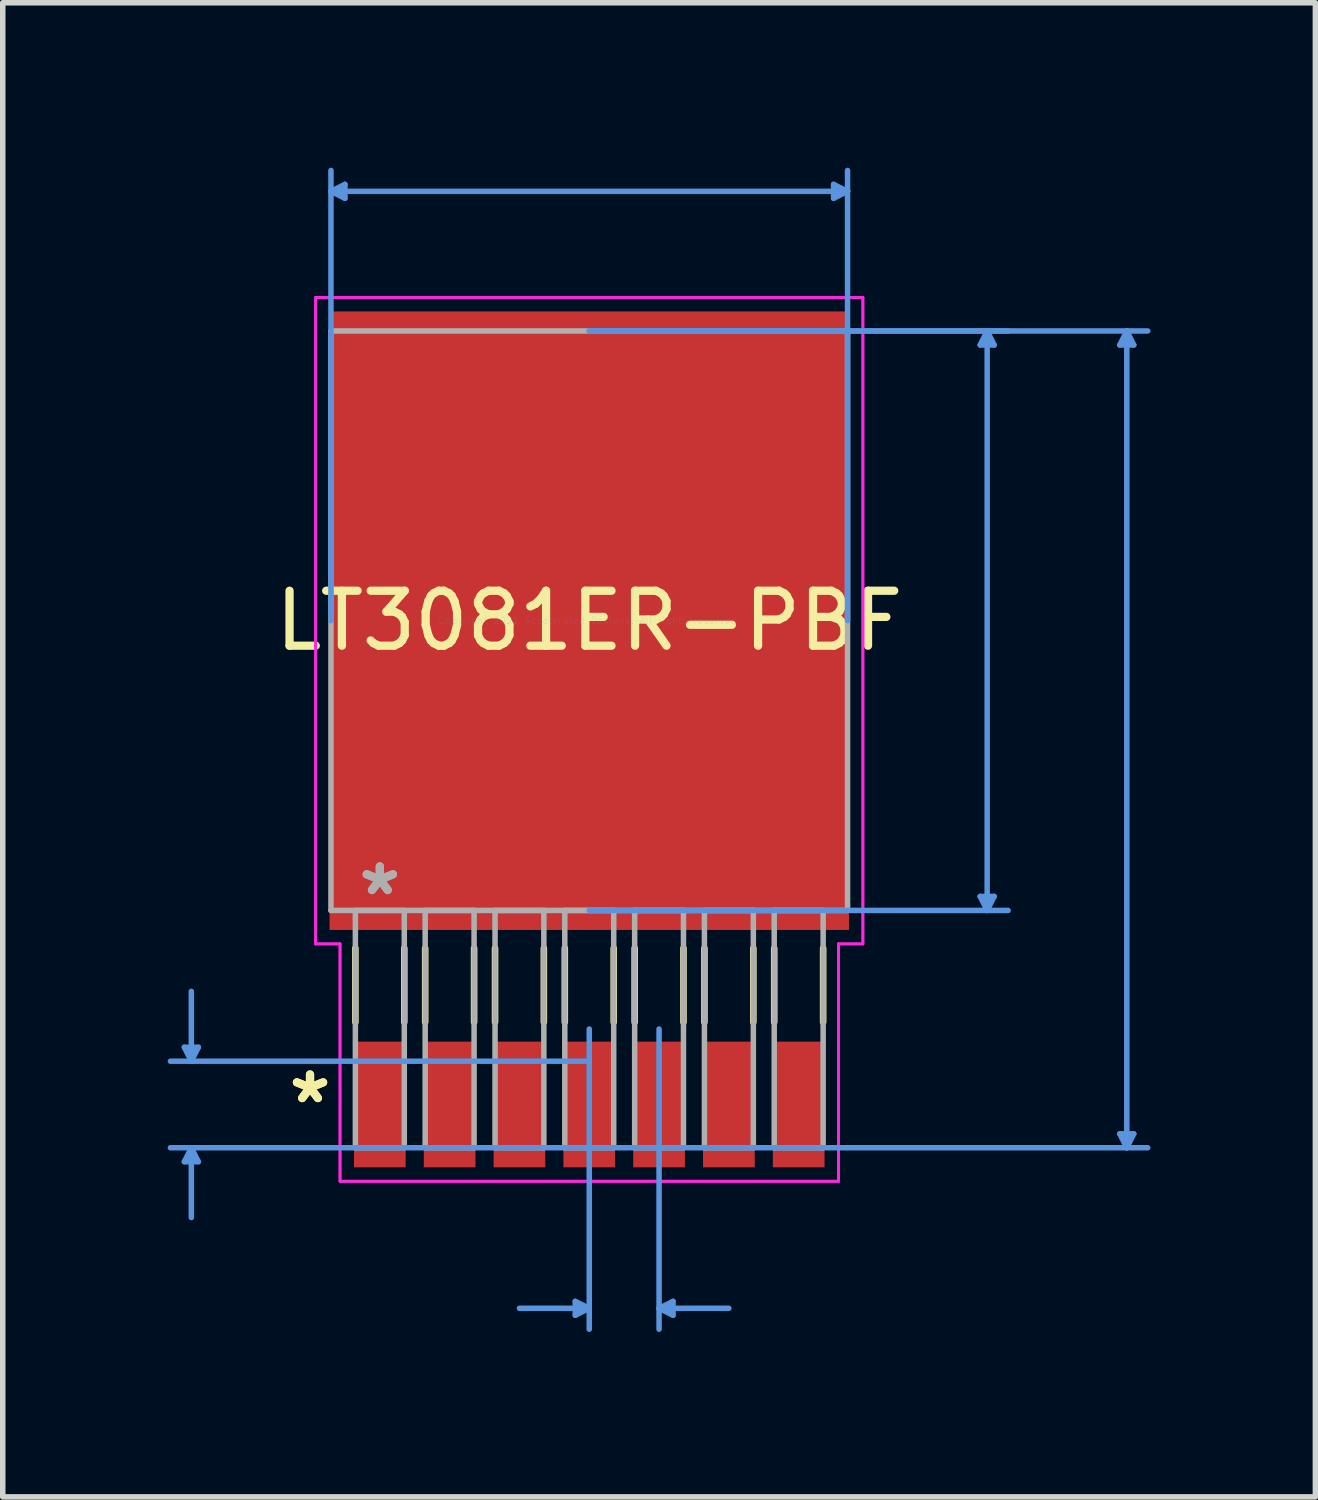
<source format=kicad_pcb>
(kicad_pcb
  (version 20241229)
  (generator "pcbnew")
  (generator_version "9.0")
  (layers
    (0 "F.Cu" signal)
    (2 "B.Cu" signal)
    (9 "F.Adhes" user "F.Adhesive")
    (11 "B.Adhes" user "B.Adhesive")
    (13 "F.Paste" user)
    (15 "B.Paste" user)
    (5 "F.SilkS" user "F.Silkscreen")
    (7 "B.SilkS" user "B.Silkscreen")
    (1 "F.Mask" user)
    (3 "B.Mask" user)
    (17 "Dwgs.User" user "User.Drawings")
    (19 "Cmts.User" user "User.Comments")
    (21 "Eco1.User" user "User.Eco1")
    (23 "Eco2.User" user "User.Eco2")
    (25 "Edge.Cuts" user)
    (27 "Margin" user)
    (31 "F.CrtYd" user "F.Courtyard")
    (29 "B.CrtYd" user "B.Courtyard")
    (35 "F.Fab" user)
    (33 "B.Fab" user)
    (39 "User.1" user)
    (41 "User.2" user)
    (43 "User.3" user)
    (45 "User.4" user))
  (footprint "LT3081ER-PBF"
    (layer "F.Cu")
    (at 7.67 8.242)
    (property "Reference" "LT3081ER-PBF" (at 0 0 0) (layer "F.SilkS") (effects (font (size 1 1) (thickness 0.15))))
    (attr through_hole)
    (fp_line (start -4.255 5.959) (end -4.255 7.303) (stroke (width 0.12) (type solid)) (layer "F.SilkS"))
    (fp_line (start -3.365 5.959) (end -3.365 7.303) (stroke (width 0.12) (type solid)) (layer "F.SilkS"))
    (fp_line (start -2.985 5.959) (end -2.985 7.303) (stroke (width 0.12) (type solid)) (layer "F.SilkS"))
    (fp_line (start -2.095 5.959) (end -2.095 7.303) (stroke (width 0.12) (type solid)) (layer "F.SilkS"))
    (fp_line (start -1.714 5.959) (end -1.714 7.303) (stroke (width 0.12) (type solid)) (layer "F.SilkS"))
    (fp_line (start -0.826 5.959) (end -0.826 7.303) (stroke (width 0.12) (type solid)) (layer "F.SilkS"))
    (fp_line (start -0.445 5.959) (end -0.445 7.303) (stroke (width 0.12) (type solid)) (layer "F.SilkS"))
    (fp_line (start 0.445 5.959) (end 0.445 7.303) (stroke (width 0.12) (type solid)) (layer "F.SilkS"))
    (fp_line (start 0.826 5.959) (end 0.826 7.303) (stroke (width 0.12) (type solid)) (layer "F.SilkS"))
    (fp_line (start 1.714 5.959) (end 1.714 7.303) (stroke (width 0.12) (type solid)) (layer "F.SilkS"))
    (fp_line (start 2.095 5.959) (end 2.095 7.303) (stroke (width 0.12) (type solid)) (layer "F.SilkS"))
    (fp_line (start 2.985 5.959) (end 2.985 7.303) (stroke (width 0.12) (type solid)) (layer "F.SilkS"))
    (fp_line (start 3.365 5.959) (end 3.365 7.303) (stroke (width 0.12) (type solid)) (layer "F.SilkS"))
    (fp_line (start 4.255 5.959) (end 4.255 7.303) (stroke (width 0.12) (type solid)) (layer "F.SilkS"))
    (fp_line (start -7.366 7.76) (end -7.112 7.76) (stroke (width 0.1) (type solid)) (layer "Cmts.User"))
    (fp_line (start -7.366 9.842) (end -7.112 9.842) (stroke (width 0.1) (type solid)) (layer "Cmts.User"))
    (fp_line (start -7.239 8.014) (end -7.366 7.76) (stroke (width 0.1) (type solid)) (layer "Cmts.User"))
    (fp_line (start -7.239 8.014) (end -7.239 6.744) (stroke (width 0.1) (type solid)) (layer "Cmts.User"))
    (fp_line (start -7.239 8.014) (end -7.112 7.76) (stroke (width 0.1) (type solid)) (layer "Cmts.User"))
    (fp_line (start -7.239 9.588) (end -7.366 9.842) (stroke (width 0.1) (type solid)) (layer "Cmts.User"))
    (fp_line (start -7.239 9.588) (end -7.239 10.858) (stroke (width 0.1) (type solid)) (layer "Cmts.User"))
    (fp_line (start -7.239 9.588) (end -7.112 9.842) (stroke (width 0.1) (type solid)) (layer "Cmts.User"))
    (fp_line (start -4.699 -7.811) (end -4.445 -7.938) (stroke (width 0.1) (type solid)) (layer "Cmts.User"))
    (fp_line (start -4.699 -7.811) (end -4.445 -7.684) (stroke (width 0.1) (type solid)) (layer "Cmts.User"))
    (fp_line (start -4.699 -7.811) (end 4.699 -7.811) (stroke (width 0.1) (type solid)) (layer "Cmts.User"))
    (fp_line (start -4.699 0) (end -4.699 -8.191) (stroke (width 0.1) (type solid)) (layer "Cmts.User"))
    (fp_line (start -4.445 -7.938) (end -4.445 -7.684) (stroke (width 0.1) (type solid)) (layer "Cmts.User"))
    (fp_line (start -0.254 12.383) (end -0.254 12.636) (stroke (width 0.1) (type solid)) (layer "Cmts.User"))
    (fp_line (start 0 -5.271) (end 7.62 -5.271) (stroke (width 0.1) (type solid)) (layer "Cmts.User"))
    (fp_line (start 0 -5.271) (end 10.16 -5.271) (stroke (width 0.1) (type solid)) (layer "Cmts.User"))
    (fp_line (start 0 5.271) (end 7.62 5.271) (stroke (width 0.1) (type solid)) (layer "Cmts.User"))
    (fp_line (start 0 7.429) (end 0 12.89) (stroke (width 0.1) (type solid)) (layer "Cmts.User"))
    (fp_line (start 0 8.014) (end -7.62 8.014) (stroke (width 0.1) (type solid)) (layer "Cmts.User"))
    (fp_line (start 0 9.588) (end -7.62 9.588) (stroke (width 0.1) (type solid)) (layer "Cmts.User"))
    (fp_line (start 0 9.588) (end 10.16 9.588) (stroke (width 0.1) (type solid)) (layer "Cmts.User"))
    (fp_line (start 0 12.509) (end -1.27 12.509) (stroke (width 0.1) (type solid)) (layer "Cmts.User"))
    (fp_line (start 0 12.509) (end -0.254 12.383) (stroke (width 0.1) (type solid)) (layer "Cmts.User"))
    (fp_line (start 0 12.509) (end -0.254 12.636) (stroke (width 0.1) (type solid)) (layer "Cmts.User"))
    (fp_line (start 1.27 7.429) (end 1.27 12.89) (stroke (width 0.1) (type solid)) (layer "Cmts.User"))
    (fp_line (start 1.27 12.509) (end 1.524 12.383) (stroke (width 0.1) (type solid)) (layer "Cmts.User"))
    (fp_line (start 1.27 12.509) (end 1.524 12.636) (stroke (width 0.1) (type solid)) (layer "Cmts.User"))
    (fp_line (start 1.27 12.509) (end 2.54 12.509) (stroke (width 0.1) (type solid)) (layer "Cmts.User"))
    (fp_line (start 1.524 12.383) (end 1.524 12.636) (stroke (width 0.1) (type solid)) (layer "Cmts.User"))
    (fp_line (start 4.445 -7.938) (end 4.445 -7.684) (stroke (width 0.1) (type solid)) (layer "Cmts.User"))
    (fp_line (start 4.699 -7.811) (end 4.445 -7.938) (stroke (width 0.1) (type solid)) (layer "Cmts.User"))
    (fp_line (start 4.699 -7.811) (end 4.445 -7.684) (stroke (width 0.1) (type solid)) (layer "Cmts.User"))
    (fp_line (start 4.699 0) (end 4.699 -8.191) (stroke (width 0.1) (type solid)) (layer "Cmts.User"))
    (fp_line (start 7.112 -5.016) (end 7.366 -5.016) (stroke (width 0.1) (type solid)) (layer "Cmts.User"))
    (fp_line (start 7.112 5.016) (end 7.366 5.016) (stroke (width 0.1) (type solid)) (layer "Cmts.User"))
    (fp_line (start 7.239 -5.271) (end 7.112 -5.016) (stroke (width 0.1) (type solid)) (layer "Cmts.User"))
    (fp_line (start 7.239 -5.271) (end 7.239 5.271) (stroke (width 0.1) (type solid)) (layer "Cmts.User"))
    (fp_line (start 7.239 -5.271) (end 7.366 -5.016) (stroke (width 0.1) (type solid)) (layer "Cmts.User"))
    (fp_line (start 7.239 5.271) (end 7.112 5.016) (stroke (width 0.1) (type solid)) (layer "Cmts.User"))
    (fp_line (start 7.239 5.271) (end 7.366 5.016) (stroke (width 0.1) (type solid)) (layer "Cmts.User"))
    (fp_line (start 9.652 -5.016) (end 9.906 -5.016) (stroke (width 0.1) (type solid)) (layer "Cmts.User"))
    (fp_line (start 9.652 9.335) (end 9.906 9.335) (stroke (width 0.1) (type solid)) (layer "Cmts.User"))
    (fp_line (start 9.779 -5.271) (end 9.652 -5.016) (stroke (width 0.1) (type solid)) (layer "Cmts.User"))
    (fp_line (start 9.779 -5.271) (end 9.779 9.588) (stroke (width 0.1) (type solid)) (layer "Cmts.User"))
    (fp_line (start 9.779 -5.271) (end 9.906 -5.016) (stroke (width 0.1) (type solid)) (layer "Cmts.User"))
    (fp_line (start 9.779 9.588) (end 9.652 9.335) (stroke (width 0.1) (type solid)) (layer "Cmts.User"))
    (fp_line (start 9.779 9.588) (end 9.906 9.335) (stroke (width 0.1) (type solid)) (layer "Cmts.User"))
    (fp_line (start -4.978 -5.88) (end 4.978 -5.88) (stroke (width 0.05) (type solid)) (layer "F.CrtYd"))
    (fp_line (start -4.978 -5.88) (end 4.978 -5.88) (stroke (width 0.05) (type solid)) (layer "F.CrtYd"))
    (fp_line (start -4.978 5.88) (end -4.978 -5.88) (stroke (width 0.05) (type solid)) (layer "F.CrtYd"))
    (fp_line (start -4.978 5.88) (end -4.978 -5.88) (stroke (width 0.05) (type solid)) (layer "F.CrtYd"))
    (fp_line (start -4.534 5.88) (end -4.978 5.88) (stroke (width 0.05) (type solid)) (layer "F.CrtYd"))
    (fp_line (start -4.534 5.88) (end -4.978 5.88) (stroke (width 0.05) (type solid)) (layer "F.CrtYd"))
    (fp_line (start -4.534 10.198) (end -4.534 5.88) (stroke (width 0.05) (type solid)) (layer "F.CrtYd"))
    (fp_line (start -4.534 10.198) (end -4.534 5.88) (stroke (width 0.05) (type solid)) (layer "F.CrtYd"))
    (fp_line (start 4.534 5.88) (end 4.534 10.198) (stroke (width 0.05) (type solid)) (layer "F.CrtYd"))
    (fp_line (start 4.534 5.88) (end 4.534 10.198) (stroke (width 0.05) (type solid)) (layer "F.CrtYd"))
    (fp_line (start 4.534 10.198) (end -4.534 10.198) (stroke (width 0.05) (type solid)) (layer "F.CrtYd"))
    (fp_line (start 4.534 10.198) (end -4.534 10.198) (stroke (width 0.05) (type solid)) (layer "F.CrtYd"))
    (fp_line (start 4.978 -5.88) (end 4.978 5.88) (stroke (width 0.05) (type solid)) (layer "F.CrtYd"))
    (fp_line (start 4.978 -5.88) (end 4.978 5.88) (stroke (width 0.05) (type solid)) (layer "F.CrtYd"))
    (fp_line (start 4.978 5.88) (end 4.534 5.88) (stroke (width 0.05) (type solid)) (layer "F.CrtYd"))
    (fp_line (start 4.978 5.88) (end 4.534 5.88) (stroke (width 0.05) (type solid)) (layer "F.CrtYd"))
    (fp_line (start -4.699 -5.271) (end -4.699 5.271) (stroke (width 0.1) (type solid)) (layer "F.Fab"))
    (fp_line (start -4.699 5.271) (end 4.699 5.271) (stroke (width 0.1) (type solid)) (layer "F.Fab"))
    (fp_line (start -4.255 5.271) (end -4.255 9.588) (stroke (width 0.1) (type solid)) (layer "F.Fab"))
    (fp_line (start -4.255 9.588) (end -3.365 9.588) (stroke (width 0.1) (type solid)) (layer "F.Fab"))
    (fp_line (start -3.365 5.271) (end -4.255 5.271) (stroke (width 0.1) (type solid)) (layer "F.Fab"))
    (fp_line (start -3.365 9.588) (end -3.365 5.271) (stroke (width 0.1) (type solid)) (layer "F.Fab"))
    (fp_line (start -2.985 5.271) (end -2.985 9.588) (stroke (width 0.1) (type solid)) (layer "F.Fab"))
    (fp_line (start -2.985 9.588) (end -2.095 9.588) (stroke (width 0.1) (type solid)) (layer "F.Fab"))
    (fp_line (start -2.095 5.271) (end -2.985 5.271) (stroke (width 0.1) (type solid)) (layer "F.Fab"))
    (fp_line (start -2.095 9.588) (end -2.095 5.271) (stroke (width 0.1) (type solid)) (layer "F.Fab"))
    (fp_line (start -1.714 5.271) (end -1.714 9.588) (stroke (width 0.1) (type solid)) (layer "F.Fab"))
    (fp_line (start -1.714 9.588) (end -0.826 9.588) (stroke (width 0.1) (type solid)) (layer "F.Fab"))
    (fp_line (start -0.826 5.271) (end -1.714 5.271) (stroke (width 0.1) (type solid)) (layer "F.Fab"))
    (fp_line (start -0.826 9.588) (end -0.826 5.271) (stroke (width 0.1) (type solid)) (layer "F.Fab"))
    (fp_line (start -0.445 5.271) (end -0.445 9.588) (stroke (width 0.1) (type solid)) (layer "F.Fab"))
    (fp_line (start -0.445 9.588) (end 0.445 9.588) (stroke (width 0.1) (type solid)) (layer "F.Fab"))
    (fp_line (start 0.445 5.271) (end -0.445 5.271) (stroke (width 0.1) (type solid)) (layer "F.Fab"))
    (fp_line (start 0.445 9.588) (end 0.445 5.271) (stroke (width 0.1) (type solid)) (layer "F.Fab"))
    (fp_line (start 0.826 5.271) (end 0.826 9.588) (stroke (width 0.1) (type solid)) (layer "F.Fab"))
    (fp_line (start 0.826 9.588) (end 1.714 9.588) (stroke (width 0.1) (type solid)) (layer "F.Fab"))
    (fp_line (start 1.714 5.271) (end 0.826 5.271) (stroke (width 0.1) (type solid)) (layer "F.Fab"))
    (fp_line (start 1.714 9.588) (end 1.714 5.271) (stroke (width 0.1) (type solid)) (layer "F.Fab"))
    (fp_line (start 2.095 5.271) (end 2.095 9.588) (stroke (width 0.1) (type solid)) (layer "F.Fab"))
    (fp_line (start 2.095 9.588) (end 2.985 9.588) (stroke (width 0.1) (type solid)) (layer "F.Fab"))
    (fp_line (start 2.985 5.271) (end 2.095 5.271) (stroke (width 0.1) (type solid)) (layer "F.Fab"))
    (fp_line (start 2.985 9.588) (end 2.985 5.271) (stroke (width 0.1) (type solid)) (layer "F.Fab"))
    (fp_line (start 3.365 5.271) (end 3.365 9.588) (stroke (width 0.1) (type solid)) (layer "F.Fab"))
    (fp_line (start 3.365 9.588) (end 4.255 9.588) (stroke (width 0.1) (type solid)) (layer "F.Fab"))
    (fp_line (start 4.255 5.271) (end 3.365 5.271) (stroke (width 0.1) (type solid)) (layer "F.Fab"))
    (fp_line (start 4.255 9.588) (end 4.255 5.271) (stroke (width 0.1) (type solid)) (layer "F.Fab"))
    (fp_line (start 4.699 -5.271) (end -4.699 -5.271) (stroke (width 0.1) (type solid)) (layer "F.Fab"))
    (fp_line (start 4.699 5.271) (end 4.699 -5.271) (stroke (width 0.1) (type solid)) (layer "F.Fab"))
    (fp_text user "*" (at -5.08 8.801 0) (layer "F.SilkS") (effects (font (size 1 1) (thickness 0.15))))
    (fp_text user "*" (at -5.08 8.801 0) (layer "F.SilkS") (effects (font (size 1 1) (thickness 0.15))))
    (fp_text user "Copyright 2021 Accelerated Designs. All rights reserved." (at 0 0 0) (layer "Cmts.User") (effects (font (size 0.127 0.127) (thickness 0.002))))
    (fp_text user "*" (at -3.81 5.016 0) (layer "F.Fab") (effects (font (size 1 1) (thickness 0.15))))
    (fp_text user "*" (at -3.81 5.016 0) (layer "F.Fab") (effects (font (size 1 1) (thickness 0.15))))
    (pad "1" smd rect (at -3.81 8.801) (size 0.94 2.286) (layers "F.Cu" "F.Mask" "F.Paste"))
    (pad "2" smd rect (at -2.54 8.801) (size 0.94 2.286) (layers "F.Cu" "F.Mask" "F.Paste"))
    (pad "3" smd rect (at -1.27 8.801) (size 0.94 2.286) (layers "F.Cu" "F.Mask" "F.Paste"))
    (pad "4" smd rect (at 0 8.801) (size 0.94 2.286) (layers "F.Cu" "F.Mask" "F.Paste"))
    (pad "5" smd rect (at 1.27 8.801) (size 0.94 2.286) (layers "F.Cu" "F.Mask" "F.Paste"))
    (pad "6" smd rect (at 2.54 8.801) (size 0.94 2.286) (layers "F.Cu" "F.Mask" "F.Paste"))
    (pad "7" smd rect (at 3.81 8.801) (size 0.94 2.286) (layers "F.Cu" "F.Mask" "F.Paste"))
    (pad "8" smd rect (at 0 0) (size 9.449 11.252) (layers "F.Cu" "F.Mask" "F.Paste")))
  (gr_rect
    (start -3 -3)
    (end 20.88 24.182)
    (stroke (width 0.1) (type default))
    (fill no)
    (layer "Edge.Cuts")))
</source>
